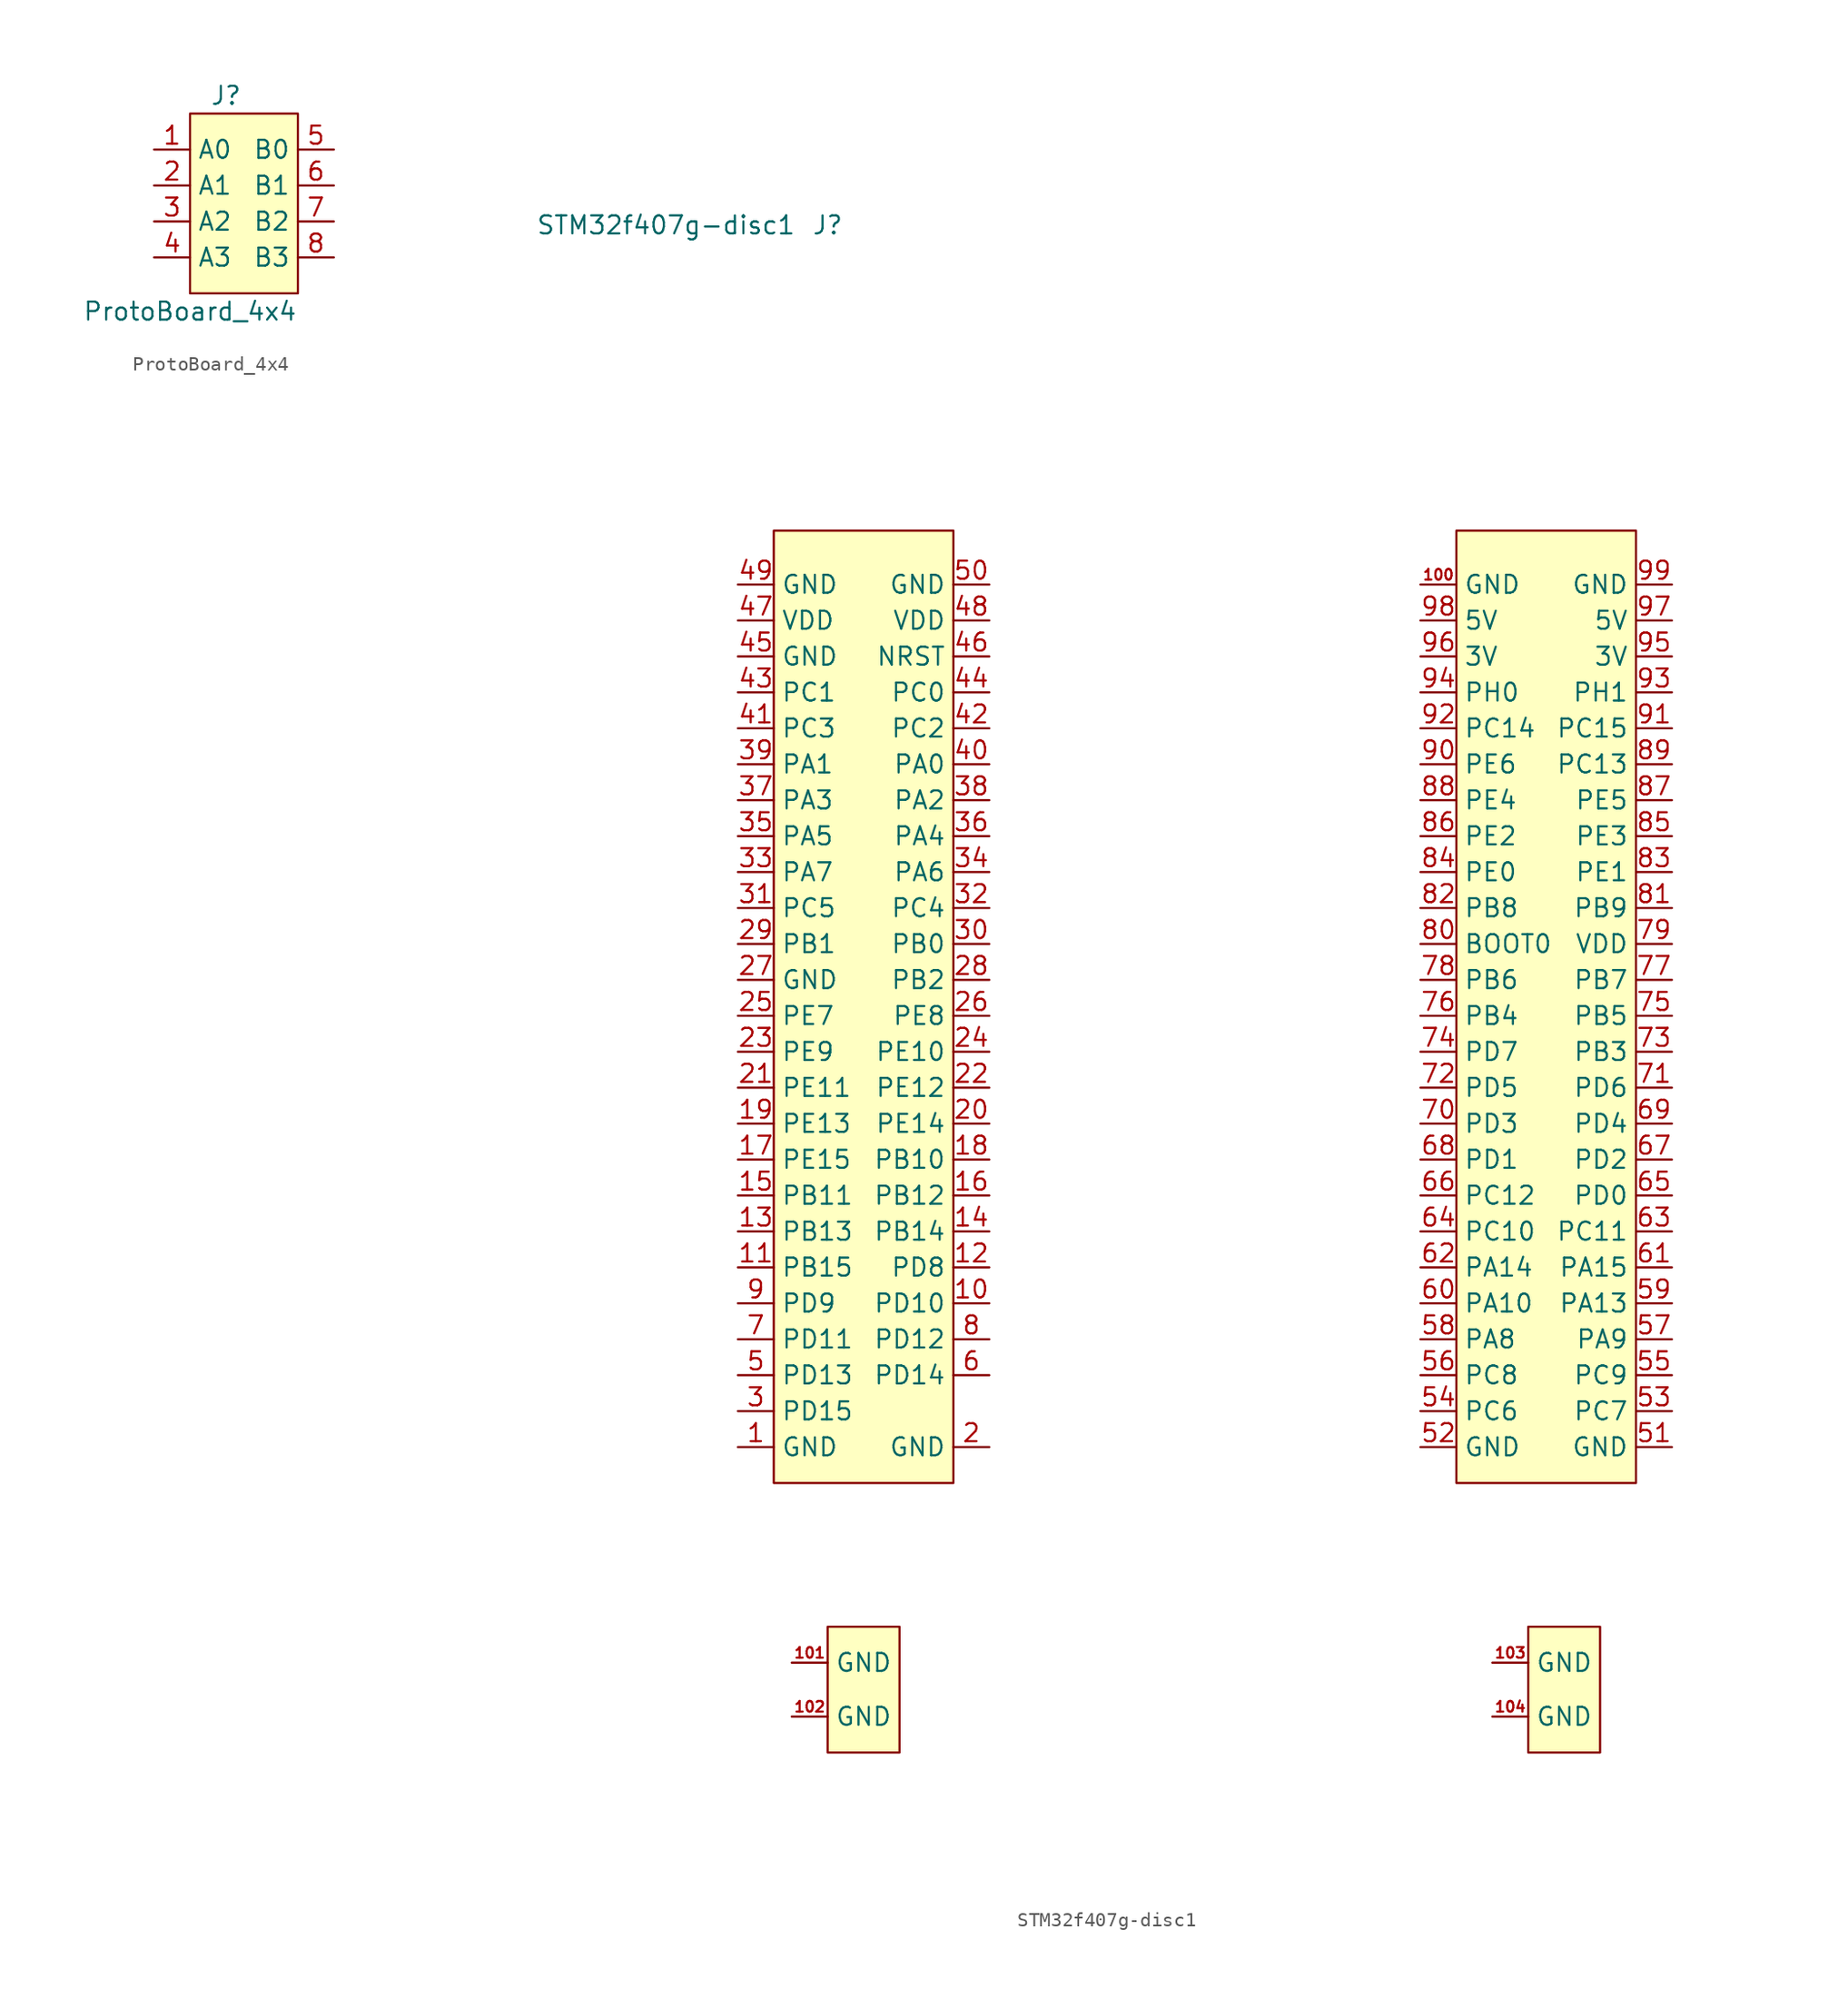
<source format=kicad_sym>
(kicad_symbol_lib
  (version 20211014)
  (generator kicad_symbol_editor)
  (symbol "ProtoBoard_4x4"
    (property "Reference" "J"
      (at 2.54 1.27 0)
      (effects (font (size 1.27 1.27))))
    (property "Value" "ProtoBoard_4x4"
      (at 0 -13.97 0)
      (effects (font (size 1.27 1.27))))
    (symbol "ProtoBoard_4x4_0_1"
      (rectangle (start 0 0) (end 7.62 -12.7) (stroke (width 0) (type default) (color 0 0 0 0)) (fill (type background))))
    (symbol "ProtoBoard_4x4_1_1"
      (pin input line (at -2.54 -2.54 0) (length 2.54) (name "A0" (effects (font (size 1.27 1.27)))) (number "1" (effects (font (size 1.27 1.27)))))
      (pin input line (at -2.54 -5.08 0) (length 2.54) (name "A1" (effects (font (size 1.27 1.27)))) (number "2" (effects (font (size 1.27 1.27)))))
      (pin input line (at -2.54 -7.62 0) (length 2.54) (name "A2" (effects (font (size 1.27 1.27)))) (number "3" (effects (font (size 1.27 1.27)))))
      (pin input line (at -2.54 -10.16 0) (length 2.54) (name "A3" (effects (font (size 1.27 1.27)))) (number "4" (effects (font (size 1.27 1.27)))))
      (pin input line (at 10.16 -2.54 180) (length 2.54) (name "B0" (effects (font (size 1.27 1.27)))) (number "5" (effects (font (size 1.27 1.27)))))
      (pin input line (at 10.16 -5.08 180) (length 2.54) (name "B1" (effects (font (size 1.27 1.27)))) (number "6" (effects (font (size 1.27 1.27)))))
      (pin input line (at 10.16 -7.62 180) (length 2.54) (name "B2" (effects (font (size 1.27 1.27)))) (number "7" (effects (font (size 1.27 1.27)))))
      (pin input line (at 10.16 -10.16 180) (length 2.54) (name "B3" (effects (font (size 1.27 1.27)))) (number "8" (effects (font (size 1.27 1.27)))))))
  (symbol "STM32f407g-disc1"
    (property "Reference" "J"
      (at -52.07 46.99 0)
      (effects (font (size 1.27 1.27))))
    (property "Value" "STM32f407g-disc1"
      (at -63.5 46.99 0)
      (effects (font (size 1.27 1.27))))
    (symbol "STM32f407g-disc1_0_1"
      (rectangle (start -55.88 -41.91) (end -43.18 25.4) (stroke (width 0) (type default) (color 0 0 0 0)) (fill (type background)))
      (rectangle (start -52.07 -52.07) (end -46.99 -60.96) (stroke (width 0) (type default) (color 0 0 0 0)) (fill (type background)))
      (rectangle (start -7.62 -41.91) (end 5.08 25.4) (stroke (width 0) (type default) (color 0 0 0 0)) (fill (type background)))
      (rectangle (start -2.54 -52.07) (end 2.54 -60.96) (stroke (width 0) (type default) (color 0 0 0 0)) (fill (type background))))
    (symbol "STM32f407g-disc1_1_1"
      (pin input line (at -58.42 -39.37 0) (length 2.54) (name "GND" (effects (font (size 1.27 1.27)))) (number "1" (effects (font (size 1.27 1.27)))))
      (pin input line (at -40.64 -29.21 180) (length 2.54) (name "PD10" (effects (font (size 1.27 1.27)))) (number "10" (effects (font (size 1.27 1.27)))))
      (pin input line (at -10.16 21.59 0) (length 2.54) (name "GND" (effects (font (size 1.27 1.27)))) (number "100" (effects (font (size 0.75 0.75)))))
      (pin input line (at -54.61 -54.61 0) (length 2.54) (name "GND" (effects (font (size 1.27 1.27)))) (number "101" (effects (font (size 0.75 0.75)))))
      (pin input line (at -54.61 -58.42 0) (length 2.54) (name "GND" (effects (font (size 1.27 1.27)))) (number "102" (effects (font (size 0.75 0.75)))))
      (pin input line (at -5.08 -54.61 0) (length 2.54) (name "GND" (effects (font (size 1.27 1.27)))) (number "103" (effects (font (size 0.75 0.75)))))
      (pin input line (at -5.08 -58.42 0) (length 2.54) (name "GND" (effects (font (size 1.27 1.27)))) (number "104" (effects (font (size 0.75 0.75)))))
      (pin input line (at -58.42 -26.67 0) (length 2.54) (name "PB15" (effects (font (size 1.27 1.27)))) (number "11" (effects (font (size 1.27 1.27)))))
      (pin input line (at -40.64 -26.67 180) (length 2.54) (name "PD8" (effects (font (size 1.27 1.27)))) (number "12" (effects (font (size 1.27 1.27)))))
      (pin input line (at -58.42 -24.13 0) (length 2.54) (name "PB13" (effects (font (size 1.27 1.27)))) (number "13" (effects (font (size 1.27 1.27)))))
      (pin input line (at -40.64 -24.13 180) (length 2.54) (name "PB14" (effects (font (size 1.27 1.27)))) (number "14" (effects (font (size 1.27 1.27)))))
      (pin input line (at -58.42 -21.59 0) (length 2.54) (name "PB11" (effects (font (size 1.27 1.27)))) (number "15" (effects (font (size 1.27 1.27)))))
      (pin input line (at -40.64 -21.59 180) (length 2.54) (name "PB12" (effects (font (size 1.27 1.27)))) (number "16" (effects (font (size 1.27 1.27)))))
      (pin input line (at -58.42 -19.05 0) (length 2.54) (name "PE15" (effects (font (size 1.27 1.27)))) (number "17" (effects (font (size 1.27 1.27)))))
      (pin input line (at -40.64 -19.05 180) (length 2.54) (name "PB10" (effects (font (size 1.27 1.27)))) (number "18" (effects (font (size 1.27 1.27)))))
      (pin input line (at -58.42 -16.51 0) (length 2.54) (name "PE13" (effects (font (size 1.27 1.27)))) (number "19" (effects (font (size 1.27 1.27)))))
      (pin input line (at -40.64 -39.37 180) (length 2.54) (name "GND" (effects (font (size 1.27 1.27)))) (number "2" (effects (font (size 1.27 1.27)))))
      (pin input line (at -40.64 -16.51 180) (length 2.54) (name "PE14" (effects (font (size 1.27 1.27)))) (number "20" (effects (font (size 1.27 1.27)))))
      (pin input line (at -58.42 -13.97 0) (length 2.54) (name "PE11" (effects (font (size 1.27 1.27)))) (number "21" (effects (font (size 1.27 1.27)))))
      (pin input line (at -40.64 -13.97 180) (length 2.54) (name "PE12" (effects (font (size 1.27 1.27)))) (number "22" (effects (font (size 1.27 1.27)))))
      (pin input line (at -58.42 -11.43 0) (length 2.54) (name "PE9" (effects (font (size 1.27 1.27)))) (number "23" (effects (font (size 1.27 1.27)))))
      (pin input line (at -40.64 -11.43 180) (length 2.54) (name "PE10" (effects (font (size 1.27 1.27)))) (number "24" (effects (font (size 1.27 1.27)))))
      (pin input line (at -58.42 -8.89 0) (length 2.54) (name "PE7" (effects (font (size 1.27 1.27)))) (number "25" (effects (font (size 1.27 1.27)))))
      (pin input line (at -40.64 -8.89 180) (length 2.54) (name "PE8" (effects (font (size 1.27 1.27)))) (number "26" (effects (font (size 1.27 1.27)))))
      (pin input line (at -58.42 -6.35 0) (length 2.54) (name "GND" (effects (font (size 1.27 1.27)))) (number "27" (effects (font (size 1.27 1.27)))))
      (pin input line (at -40.64 -6.35 180) (length 2.54) (name "PB2" (effects (font (size 1.27 1.27)))) (number "28" (effects (font (size 1.27 1.27)))))
      (pin input line (at -58.42 -3.81 0) (length 2.54) (name "PB1" (effects (font (size 1.27 1.27)))) (number "29" (effects (font (size 1.27 1.27)))))
      (pin input line (at -58.42 -36.83 0) (length 2.54) (name "PD15" (effects (font (size 1.27 1.27)))) (number "3" (effects (font (size 1.27 1.27)))))
      (pin input line (at -40.64 -3.81 180) (length 2.54) (name "PB0" (effects (font (size 1.27 1.27)))) (number "30" (effects (font (size 1.27 1.27)))))
      (pin input line (at -58.42 -1.27 0) (length 2.54) (name "PC5" (effects (font (size 1.27 1.27)))) (number "31" (effects (font (size 1.27 1.27)))))
      (pin input line (at -40.64 -1.27 180) (length 2.54) (name "PC4" (effects (font (size 1.27 1.27)))) (number "32" (effects (font (size 1.27 1.27)))))
      (pin input line (at -58.42 1.27 0) (length 2.54) (name "PA7" (effects (font (size 1.27 1.27)))) (number "33" (effects (font (size 1.27 1.27)))))
      (pin input line (at -40.64 1.27 180) (length 2.54) (name "PA6" (effects (font (size 1.27 1.27)))) (number "34" (effects (font (size 1.27 1.27)))))
      (pin input line (at -58.42 3.81 0) (length 2.54) (name "PA5" (effects (font (size 1.27 1.27)))) (number "35" (effects (font (size 1.27 1.27)))))
      (pin input line (at -40.64 3.81 180) (length 2.54) (name "PA4" (effects (font (size 1.27 1.27)))) (number "36" (effects (font (size 1.27 1.27)))))
      (pin input line (at -58.42 6.35 0) (length 2.54) (name "PA3" (effects (font (size 1.27 1.27)))) (number "37" (effects (font (size 1.27 1.27)))))
      (pin input line (at -40.64 6.35 180) (length 2.54) (name "PA2" (effects (font (size 1.27 1.27)))) (number "38" (effects (font (size 1.27 1.27)))))
      (pin input line (at -58.42 8.89 0) (length 2.54) (name "PA1" (effects (font (size 1.27 1.27)))) (number "39" (effects (font (size 1.27 1.27)))))
      (pin no_connect line (at -40.64 -36.83 180) (length 2.54) hide (name "NC" (effects (font (size 1.27 1.27)))) (number "4" (effects (font (size 1.27 1.27)))))
      (pin input line (at -40.64 8.89 180) (length 2.54) (name "PA0" (effects (font (size 1.27 1.27)))) (number "40" (effects (font (size 1.27 1.27)))))
      (pin input line (at -58.42 11.43 0) (length 2.54) (name "PC3" (effects (font (size 1.27 1.27)))) (number "41" (effects (font (size 1.27 1.27)))))
      (pin input line (at -40.64 11.43 180) (length 2.54) (name "PC2" (effects (font (size 1.27 1.27)))) (number "42" (effects (font (size 1.27 1.27)))))
      (pin input line (at -58.42 13.97 0) (length 2.54) (name "PC1" (effects (font (size 1.27 1.27)))) (number "43" (effects (font (size 1.27 1.27)))))
      (pin input line (at -40.64 13.97 180) (length 2.54) (name "PC0" (effects (font (size 1.27 1.27)))) (number "44" (effects (font (size 1.27 1.27)))))
      (pin input line (at -58.42 16.51 0) (length 2.54) (name "GND" (effects (font (size 1.27 1.27)))) (number "45" (effects (font (size 1.27 1.27)))))
      (pin input line (at -40.64 16.51 180) (length 2.54) (name "NRST" (effects (font (size 1.27 1.27)))) (number "46" (effects (font (size 1.27 1.27)))))
      (pin input line (at -58.42 19.05 0) (length 2.54) (name "VDD" (effects (font (size 1.27 1.27)))) (number "47" (effects (font (size 1.27 1.27)))))
      (pin input line (at -40.64 19.05 180) (length 2.54) (name "VDD" (effects (font (size 1.27 1.27)))) (number "48" (effects (font (size 1.27 1.27)))))
      (pin input line (at -58.42 21.59 0) (length 2.54) (name "GND" (effects (font (size 1.27 1.27)))) (number "49" (effects (font (size 1.27 1.27)))))
      (pin input line (at -58.42 -34.29 0) (length 2.54) (name "PD13" (effects (font (size 1.27 1.27)))) (number "5" (effects (font (size 1.27 1.27)))))
      (pin input line (at -40.64 21.59 180) (length 2.54) (name "GND" (effects (font (size 1.27 1.27)))) (number "50" (effects (font (size 1.27 1.27)))))
      (pin input line (at 7.62 -39.37 180) (length 2.54) (name "GND" (effects (font (size 1.27 1.27)))) (number "51" (effects (font (size 1.27 1.27)))))
      (pin input line (at -10.16 -39.37 0) (length 2.54) (name "GND" (effects (font (size 1.27 1.27)))) (number "52" (effects (font (size 1.27 1.27)))))
      (pin input line (at 7.62 -36.83 180) (length 2.54) (name "PC7" (effects (font (size 1.27 1.27)))) (number "53" (effects (font (size 1.27 1.27)))))
      (pin input line (at -10.16 -36.83 0) (length 2.54) (name "PC6" (effects (font (size 1.27 1.27)))) (number "54" (effects (font (size 1.27 1.27)))))
      (pin input line (at 7.62 -34.29 180) (length 2.54) (name "PC9" (effects (font (size 1.27 1.27)))) (number "55" (effects (font (size 1.27 1.27)))))
      (pin input line (at -10.16 -34.29 0) (length 2.54) (name "PC8" (effects (font (size 1.27 1.27)))) (number "56" (effects (font (size 1.27 1.27)))))
      (pin input line (at 7.62 -31.75 180) (length 2.54) (name "PA9" (effects (font (size 1.27 1.27)))) (number "57" (effects (font (size 1.27 1.27)))))
      (pin input line (at -10.16 -31.75 0) (length 2.54) (name "PA8" (effects (font (size 1.27 1.27)))) (number "58" (effects (font (size 1.27 1.27)))))
      (pin input line (at 7.62 -29.21 180) (length 2.54) (name "PA13" (effects (font (size 1.27 1.27)))) (number "59" (effects (font (size 1.27 1.27)))))
      (pin input line (at -40.64 -34.29 180) (length 2.54) (name "PD14" (effects (font (size 1.27 1.27)))) (number "6" (effects (font (size 1.27 1.27)))))
      (pin input line (at -10.16 -29.21 0) (length 2.54) (name "PA10" (effects (font (size 1.27 1.27)))) (number "60" (effects (font (size 1.27 1.27)))))
      (pin input line (at 7.62 -26.67 180) (length 2.54) (name "PA15" (effects (font (size 1.27 1.27)))) (number "61" (effects (font (size 1.27 1.27)))))
      (pin input line (at -10.16 -26.67 0) (length 2.54) (name "PA14" (effects (font (size 1.27 1.27)))) (number "62" (effects (font (size 1.27 1.27)))))
      (pin input line (at 7.62 -24.13 180) (length 2.54) (name "PC11" (effects (font (size 1.27 1.27)))) (number "63" (effects (font (size 1.27 1.27)))))
      (pin input line (at -10.16 -24.13 0) (length 2.54) (name "PC10" (effects (font (size 1.27 1.27)))) (number "64" (effects (font (size 1.27 1.27)))))
      (pin input line (at 7.62 -21.59 180) (length 2.54) (name "PD0" (effects (font (size 1.27 1.27)))) (number "65" (effects (font (size 1.27 1.27)))))
      (pin input line (at -10.16 -21.59 0) (length 2.54) (name "PC12" (effects (font (size 1.27 1.27)))) (number "66" (effects (font (size 1.27 1.27)))))
      (pin input line (at 7.62 -19.05 180) (length 2.54) (name "PD2" (effects (font (size 1.27 1.27)))) (number "67" (effects (font (size 1.27 1.27)))))
      (pin input line (at -10.16 -19.05 0) (length 2.54) (name "PD1" (effects (font (size 1.27 1.27)))) (number "68" (effects (font (size 1.27 1.27)))))
      (pin input line (at 7.62 -16.51 180) (length 2.54) (name "PD4" (effects (font (size 1.27 1.27)))) (number "69" (effects (font (size 1.27 1.27)))))
      (pin input line (at -58.42 -31.75 0) (length 2.54) (name "PD11" (effects (font (size 1.27 1.27)))) (number "7" (effects (font (size 1.27 1.27)))))
      (pin input line (at -10.16 -16.51 0) (length 2.54) (name "PD3" (effects (font (size 1.27 1.27)))) (number "70" (effects (font (size 1.27 1.27)))))
      (pin input line (at 7.62 -13.97 180) (length 2.54) (name "PD6" (effects (font (size 1.27 1.27)))) (number "71" (effects (font (size 1.27 1.27)))))
      (pin input line (at -10.16 -13.97 0) (length 2.54) (name "PD5" (effects (font (size 1.27 1.27)))) (number "72" (effects (font (size 1.27 1.27)))))
      (pin input line (at 7.62 -11.43 180) (length 2.54) (name "PB3" (effects (font (size 1.27 1.27)))) (number "73" (effects (font (size 1.27 1.27)))))
      (pin input line (at -10.16 -11.43 0) (length 2.54) (name "PD7" (effects (font (size 1.27 1.27)))) (number "74" (effects (font (size 1.27 1.27)))))
      (pin input line (at 7.62 -8.89 180) (length 2.54) (name "PB5" (effects (font (size 1.27 1.27)))) (number "75" (effects (font (size 1.27 1.27)))))
      (pin input line (at -10.16 -8.89 0) (length 2.54) (name "PB4" (effects (font (size 1.27 1.27)))) (number "76" (effects (font (size 1.27 1.27)))))
      (pin input line (at 7.62 -6.35 180) (length 2.54) (name "PB7" (effects (font (size 1.27 1.27)))) (number "77" (effects (font (size 1.27 1.27)))))
      (pin input line (at -10.16 -6.35 0) (length 2.54) (name "PB6" (effects (font (size 1.27 1.27)))) (number "78" (effects (font (size 1.27 1.27)))))
      (pin input line (at 7.62 -3.81 180) (length 2.54) (name "VDD" (effects (font (size 1.27 1.27)))) (number "79" (effects (font (size 1.27 1.27)))))
      (pin input line (at -40.64 -31.75 180) (length 2.54) (name "PD12" (effects (font (size 1.27 1.27)))) (number "8" (effects (font (size 1.27 1.27)))))
      (pin input line (at -10.16 -3.81 0) (length 2.54) (name "BOOT0" (effects (font (size 1.27 1.27)))) (number "80" (effects (font (size 1.27 1.27)))))
      (pin input line (at 7.62 -1.27 180) (length 2.54) (name "PB9" (effects (font (size 1.27 1.27)))) (number "81" (effects (font (size 1.27 1.27)))))
      (pin input line (at -10.16 -1.27 0) (length 2.54) (name "PB8" (effects (font (size 1.27 1.27)))) (number "82" (effects (font (size 1.27 1.27)))))
      (pin input line (at 7.62 1.27 180) (length 2.54) (name "PE1" (effects (font (size 1.27 1.27)))) (number "83" (effects (font (size 1.27 1.27)))))
      (pin input line (at -10.16 1.27 0) (length 2.54) (name "PE0" (effects (font (size 1.27 1.27)))) (number "84" (effects (font (size 1.27 1.27)))))
      (pin input line (at 7.62 3.81 180) (length 2.54) (name "PE3" (effects (font (size 1.27 1.27)))) (number "85" (effects (font (size 1.27 1.27)))))
      (pin input line (at -10.16 3.81 0) (length 2.54) (name "PE2" (effects (font (size 1.27 1.27)))) (number "86" (effects (font (size 1.27 1.27)))))
      (pin input line (at 7.62 6.35 180) (length 2.54) (name "PE5" (effects (font (size 1.27 1.27)))) (number "87" (effects (font (size 1.27 1.27)))))
      (pin input line (at -10.16 6.35 0) (length 2.54) (name "PE4" (effects (font (size 1.27 1.27)))) (number "88" (effects (font (size 1.27 1.27)))))
      (pin input line (at 7.62 8.89 180) (length 2.54) (name "PC13" (effects (font (size 1.27 1.27)))) (number "89" (effects (font (size 1.27 1.27)))))
      (pin input line (at -58.42 -29.21 0) (length 2.54) (name "PD9" (effects (font (size 1.27 1.27)))) (number "9" (effects (font (size 1.27 1.27)))))
      (pin input line (at -10.16 8.89 0) (length 2.54) (name "PE6" (effects (font (size 1.27 1.27)))) (number "90" (effects (font (size 1.27 1.27)))))
      (pin input line (at 7.62 11.43 180) (length 2.54) (name "PC15" (effects (font (size 1.27 1.27)))) (number "91" (effects (font (size 1.27 1.27)))))
      (pin input line (at -10.16 11.43 0) (length 2.54) (name "PC14" (effects (font (size 1.27 1.27)))) (number "92" (effects (font (size 1.27 1.27)))))
      (pin input line (at 7.62 13.97 180) (length 2.54) (name "PH1" (effects (font (size 1.27 1.27)))) (number "93" (effects (font (size 1.27 1.27)))))
      (pin input line (at -10.16 13.97 0) (length 2.54) (name "PH0" (effects (font (size 1.27 1.27)))) (number "94" (effects (font (size 1.27 1.27)))))
      (pin input line (at 7.62 16.51 180) (length 2.54) (name "3V" (effects (font (size 1.27 1.27)))) (number "95" (effects (font (size 1.27 1.27)))))
      (pin input line (at -10.16 16.51 0) (length 2.54) (name "3V" (effects (font (size 1.27 1.27)))) (number "96" (effects (font (size 1.27 1.27)))))
      (pin input line (at 7.62 19.05 180) (length 2.54) (name "5V" (effects (font (size 1.27 1.27)))) (number "97" (effects (font (size 1.27 1.27)))))
      (pin input line (at -10.16 19.05 0) (length 2.54) (name "5V" (effects (font (size 1.27 1.27)))) (number "98" (effects (font (size 1.27 1.27)))))
      (pin input line (at 7.62 21.59 180) (length 2.54) (name "GND" (effects (font (size 1.27 1.27)))) (number "99" (effects (font (size 1.27 1.27))))))))
</source>
